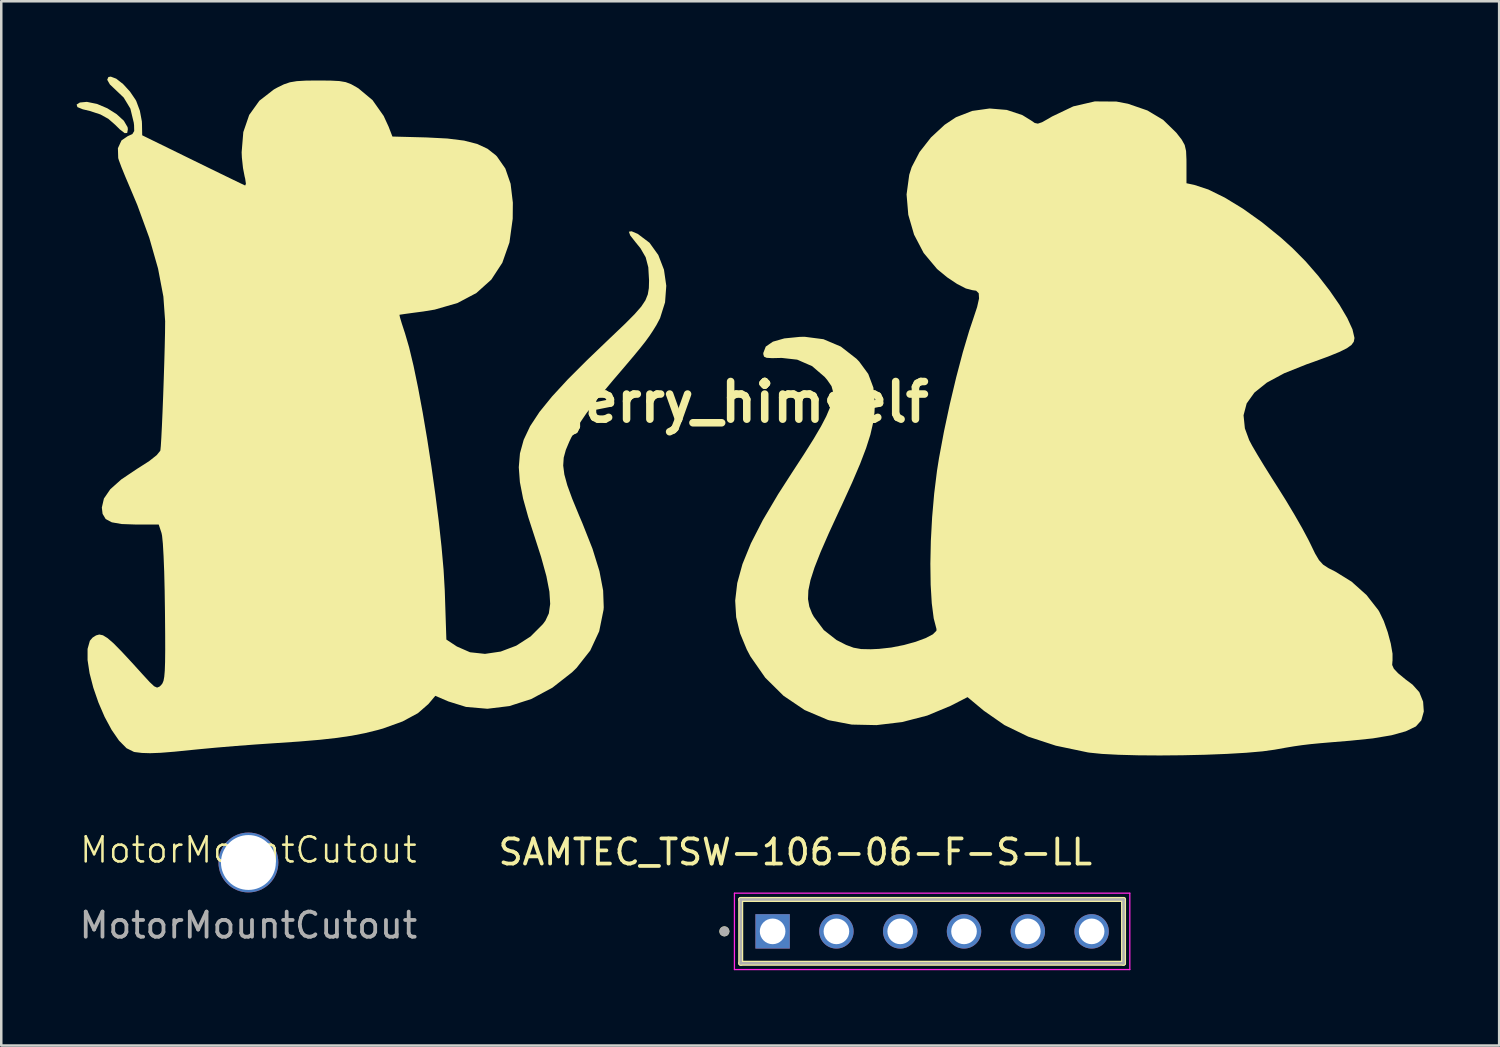
<source format=kicad_pcb>
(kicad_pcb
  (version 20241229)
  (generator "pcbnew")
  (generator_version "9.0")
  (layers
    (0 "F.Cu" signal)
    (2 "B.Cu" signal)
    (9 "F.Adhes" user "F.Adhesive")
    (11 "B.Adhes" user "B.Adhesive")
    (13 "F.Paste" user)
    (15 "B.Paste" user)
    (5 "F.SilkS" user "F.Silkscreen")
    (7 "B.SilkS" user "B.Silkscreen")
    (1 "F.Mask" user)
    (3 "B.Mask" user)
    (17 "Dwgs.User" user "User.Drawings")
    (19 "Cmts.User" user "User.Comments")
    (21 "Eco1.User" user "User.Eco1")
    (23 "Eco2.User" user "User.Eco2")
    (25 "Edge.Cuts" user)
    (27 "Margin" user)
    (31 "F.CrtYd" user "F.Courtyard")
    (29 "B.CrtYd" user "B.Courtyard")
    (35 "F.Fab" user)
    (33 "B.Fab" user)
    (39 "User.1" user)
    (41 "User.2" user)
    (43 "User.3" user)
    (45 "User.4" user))
  (footprint "MotorMountCutout"
    (layer "F.Cu")
    (at 6.839 31.286)
    (property "Reference" "MotorMountCutout" (at 0 -0.5 0) (unlocked yes) (layer "F.SilkS") (effects (font (size 1 1) (thickness 0.1))))
    (attr through_hole)
    (fp_text user "${REFERENCE}" (at 0 2.5 0) (unlocked yes) (layer "F.Fab") (effects (font (size 1 1) (thickness 0.15))))
    (pad "1" thru_hole circle (at 0 0) (size 2.384 2.384) (drill 2.184) (layers "*.Cu" "*.Mask")))
  (footprint "jerry_himself"
    (layer "F.Cu")
    (at 26.715 12.959)
    (property "Reference" "jerry_himself" (at 0 0 0) (layer "F.SilkS") (effects (font (size 1.5 1.5) (thickness 0.3))))
    (attr board_only exclude_from_pos_files exclude_from_bom)
    (fp_poly (pts (xy -26.297 -11.952) (xy -25.901 -11.871) (xy -25.493 -11.698) (xy -25.122 -11.464) (xy -24.836 -11.203) (xy -24.686 -10.947) (xy -24.674 -10.866) (xy -24.702 -10.715) (xy -24.801 -10.709) (xy -24.991 -10.854) (xy -25.177 -11.038) (xy -25.453 -11.279) (xy -25.768 -11.453) (xy -26.19 -11.591) (xy -26.47 -11.658) (xy -26.683 -11.745) (xy -26.715 -11.847) (xy -26.586 -11.928) (xy -26.318 -11.953)) (stroke (width 0) (type solid)) (fill yes) (layer "F.SilkS"))
    (fp_poly (pts (xy 14.681 -11.966) (xy 15.141 -11.878) (xy 15.914 -11.611) (xy 16.54 -11.237) (xy 17.062 -10.728) (xy 17.074 -10.713) (xy 17.279 -10.45) (xy 17.398 -10.236) (xy 17.453 -9.997) (xy 17.468 -9.658) (xy 17.469 -9.473) (xy 17.469 -8.714) (xy 17.78 -8.648) (xy 18.338 -8.465) (xy 18.994 -8.142) (xy 19.716 -7.702) (xy 20.471 -7.164) (xy 21.226 -6.551) (xy 21.698 -6.124) (xy 22.213 -5.603) (xy 22.709 -5.033) (xy 23.165 -4.446) (xy 23.56 -3.874) (xy 23.871 -3.347) (xy 24.077 -2.899) (xy 24.156 -2.56) (xy 24.156 -2.546) (xy 24.13 -2.406) (xy 24.037 -2.276) (xy 23.852 -2.144) (xy 23.551 -1.995) (xy 23.108 -1.815) (xy 22.501 -1.593) (xy 22.253 -1.506) (xy 21.361 -1.15) (xy 20.669 -0.777) (xy 20.173 -0.379) (xy 19.865 0.052) (xy 19.741 0.524) (xy 19.794 1.045) (xy 19.966 1.514) (xy 20.086 1.74) (xy 20.296 2.099) (xy 20.57 2.55) (xy 20.886 3.054) (xy 21.077 3.353) (xy 21.429 3.914) (xy 21.774 4.491) (xy 22.082 5.029) (xy 22.319 5.473) (xy 22.392 5.62) (xy 22.588 6.025) (xy 22.745 6.29) (xy 22.908 6.469) (xy 23.124 6.61) (xy 23.392 6.745) (xy 24.041 7.146) (xy 24.636 7.679) (xy 25.104 8.277) (xy 25.147 8.348) (xy 25.323 8.713) (xy 25.48 9.156) (xy 25.602 9.612) (xy 25.672 10.015) (xy 25.672 10.301) (xy 25.668 10.317) (xy 25.658 10.464) (xy 25.724 10.612) (xy 25.893 10.793) (xy 26.191 11.038) (xy 26.469 11.247) (xy 26.738 11.547) (xy 26.889 11.923) (xy 26.917 12.316) (xy 26.818 12.668) (xy 26.603 12.91) (xy 26.2 13.104) (xy 25.632 13.262) (xy 24.885 13.387) (xy 24 13.478) (xy 23.319 13.534) (xy 22.799 13.578) (xy 22.394 13.617) (xy 22.061 13.657) (xy 21.753 13.701) (xy 21.424 13.756) (xy 21.03 13.827) (xy 20.994 13.834) (xy 20.501 13.902) (xy 19.847 13.959) (xy 19.07 14.004) (xy 18.211 14.038) (xy 17.311 14.058) (xy 16.41 14.066) (xy 15.548 14.06) (xy 14.765 14.039) (xy 14.102 14.004) (xy 13.599 13.953) (xy 13.534 13.943) (xy 12.269 13.677) (xy 11.172 13.318) (xy 10.225 12.858) (xy 9.407 12.289) (xy 9.379 12.266) (xy 8.753 11.744) (xy 8.083 12.088) (xy 7.148 12.478) (xy 6.146 12.737) (xy 5.128 12.858) (xy 4.144 12.837) (xy 3.245 12.666) (xy 3.191 12.65) (xy 2.268 12.258) (xy 1.428 11.691) (xy 0.7 10.971) (xy 0.109 10.122) (xy -0.037 9.845) (xy -0.303 9.203) (xy -0.458 8.561) (xy -0.497 7.901) (xy -0.415 7.203) (xy -0.208 6.449) (xy 0.129 5.621) (xy 0.602 4.698) (xy 1.214 3.663) (xy 1.752 2.827) (xy 2.245 2.07) (xy 2.63 1.458) (xy 2.92 0.964) (xy 3.128 0.565) (xy 3.267 0.238) (xy 3.35 -0.044) (xy 3.375 -0.173) (xy 3.395 -0.429) (xy 3.338 -0.636) (xy 3.174 -0.873) (xy 3.069 -0.999) (xy 2.567 -1.432) (xy 1.972 -1.691) (xy 1.355 -1.76) (xy 0.973 -1.751) (xy 0.754 -1.764) (xy 0.652 -1.811) (xy 0.623 -1.904) (xy 0.622 -1.957) (xy 0.72 -2.211) (xy 1.004 -2.407) (xy 1.46 -2.537) (xy 2.075 -2.598) (xy 2.267 -2.602) (xy 3.017 -2.505) (xy 3.709 -2.212) (xy 4.33 -1.728) (xy 4.44 -1.614) (xy 4.8 -1.123) (xy 5.004 -0.58) (xy 5.065 0.062) (xy 5.048 0.415) (xy 4.991 0.836) (xy 4.884 1.299) (xy 4.715 1.83) (xy 4.476 2.457) (xy 4.157 3.204) (xy 3.748 4.101) (xy 3.653 4.302) (xy 3.232 5.215) (xy 2.903 5.968) (xy 2.661 6.584) (xy 2.5 7.086) (xy 2.416 7.497) (xy 2.402 7.841) (xy 2.454 8.14) (xy 2.564 8.417) (xy 2.634 8.544) (xy 3.031 9.074) (xy 3.538 9.471) (xy 3.919 9.666) (xy 4.215 9.776) (xy 4.518 9.83) (xy 4.903 9.838) (xy 5.226 9.823) (xy 5.72 9.769) (xy 6.219 9.67) (xy 6.687 9.541) (xy 7.084 9.394) (xy 7.373 9.243) (xy 7.514 9.101) (xy 7.517 9.035) (xy 7.406 8.607) (xy 7.329 8.008) (xy 7.285 7.273) (xy 7.273 6.435) (xy 7.292 5.528) (xy 7.343 4.586) (xy 7.425 3.643) (xy 7.537 2.733) (xy 7.617 2.229) (xy 7.815 1.168) (xy 8.048 0.078) (xy 8.302 -0.989) (xy 8.564 -1.982) (xy 8.822 -2.85) (xy 8.968 -3.283) (xy 9.134 -3.785) (xy 9.211 -4.127) (xy 9.198 -4.335) (xy 9.095 -4.436) (xy 8.943 -4.458) (xy 8.686 -4.525) (xy 8.337 -4.705) (xy 7.948 -4.964) (xy 7.575 -5.27) (xy 7.53 -5.312) (xy 7.006 -5.938) (xy 6.624 -6.668) (xy 6.394 -7.459) (xy 6.326 -8.268) (xy 6.432 -9.051) (xy 6.529 -9.356) (xy 6.84 -9.953) (xy 7.295 -10.535) (xy 7.839 -11.04) (xy 8.292 -11.341) (xy 8.939 -11.593) (xy 9.631 -11.69) (xy 10.315 -11.633) (xy 10.939 -11.425) (xy 11.288 -11.21) (xy 11.428 -11.113) (xy 11.553 -11.087) (xy 11.719 -11.143) (xy 11.984 -11.292) (xy 12.115 -11.37) (xy 12.962 -11.774) (xy 13.819 -11.972)) (stroke (width 0) (type solid)) (fill yes) (layer "F.SilkS"))
    (fp_poly (pts (xy -25.138 -12.877) (xy -24.866 -12.664) (xy -24.593 -12.367) (xy -24.367 -12.035) (xy -24.341 -11.987) (xy -24.197 -11.6) (xy -24.118 -11.18) (xy -24.113 -11.091) (xy -24.104 -10.623) (xy -22.098 -9.64) (xy -21.503 -9.349) (xy -20.97 -9.089) (xy -20.527 -8.874) (xy -20.204 -8.718) (xy -20.027 -8.634) (xy -20.005 -8.624) (xy -19.975 -8.69) (xy -20.004 -8.894) (xy -20.026 -8.981) (xy -20.091 -9.319) (xy -20.136 -9.737) (xy -20.145 -9.947) (xy -20.079 -10.75) (xy -19.844 -11.434) (xy -19.439 -11.999) (xy -18.864 -12.446) (xy -18.728 -12.522) (xy -18.465 -12.651) (xy -18.224 -12.733) (xy -17.948 -12.779) (xy -17.577 -12.8) (xy -17.098 -12.804) (xy -16.6 -12.8) (xy -16.253 -12.782) (xy -16.001 -12.739) (xy -15.79 -12.659) (xy -15.563 -12.532) (xy -15.493 -12.489) (xy -14.935 -12.024) (xy -14.492 -11.395) (xy -14.293 -10.963) (xy -14.143 -10.573) (xy -12.799 -10.538) (xy -11.958 -10.495) (xy -11.291 -10.412) (xy -10.768 -10.278) (xy -10.358 -10.087) (xy -10.03 -9.83) (xy -9.981 -9.78) (xy -9.648 -9.301) (xy -9.438 -8.694) (xy -9.348 -7.942) (xy -9.354 -7.3) (xy -9.484 -6.355) (xy -9.768 -5.547) (xy -10.206 -4.877) (xy -10.8 -4.344) (xy -11.551 -3.946) (xy -12.459 -3.683) (xy -12.918 -3.608) (xy -13.328 -3.554) (xy -13.65 -3.51) (xy -13.836 -3.482) (xy -13.863 -3.476) (xy -13.843 -3.379) (xy -13.771 -3.136) (xy -13.66 -2.796) (xy -13.642 -2.742) (xy -13.478 -2.18) (xy -13.302 -1.446) (xy -13.121 -0.571) (xy -12.938 0.411) (xy -12.759 1.466) (xy -12.59 2.562) (xy -12.435 3.664) (xy -12.299 4.739) (xy -12.188 5.755) (xy -12.106 6.677) (xy -12.06 7.473) (xy -12.057 7.551) (xy -11.995 9.452) (xy -11.577 9.728) (xy -11.052 9.958) (xy -10.457 10.022) (xy -9.832 9.93) (xy -9.214 9.696) (xy -8.642 9.329) (xy -8.155 8.84) (xy -8.053 8.703) (xy -7.916 8.412) (xy -7.862 8.032) (xy -7.893 7.544) (xy -8.013 6.927) (xy -8.224 6.163) (xy -8.464 5.416) (xy -8.736 4.577) (xy -8.94 3.842) (xy -9.068 3.187) (xy -9.112 2.593) (xy -9.065 2.038) (xy -8.917 1.5) (xy -8.661 0.958) (xy -8.288 0.391) (xy -7.79 -0.223) (xy -7.16 -0.906) (xy -6.389 -1.677) (xy -5.468 -2.56) (xy -5.379 -2.644) (xy -4.871 -3.129) (xy -4.498 -3.505) (xy -4.237 -3.803) (xy -4.07 -4.055) (xy -3.976 -4.289) (xy -3.934 -4.537) (xy -3.926 -4.83) (xy -3.926 -4.846) (xy -3.956 -5.368) (xy -4.061 -5.768) (xy -4.269 -6.127) (xy -4.465 -6.368) (xy -4.677 -6.639) (xy -4.729 -6.785) (xy -4.621 -6.802) (xy -4.376 -6.698) (xy -3.909 -6.346) (xy -3.558 -5.857) (xy -3.332 -5.272) (xy -3.24 -4.631) (xy -3.289 -3.973) (xy -3.489 -3.339) (xy -3.63 -3.072) (xy -3.769 -2.847) (xy -3.906 -2.64) (xy -4.064 -2.423) (xy -4.266 -2.166) (xy -4.534 -1.841) (xy -4.891 -1.418) (xy -5.36 -0.87) (xy -5.391 -0.833) (xy -5.967 -0.143) (xy -6.415 0.438) (xy -6.758 0.943) (xy -7.019 1.402) (xy -7.098 1.566) (xy -7.239 1.901) (xy -7.323 2.209) (xy -7.344 2.525) (xy -7.298 2.881) (xy -7.18 3.312) (xy -6.983 3.851) (xy -6.703 4.531) (xy -6.585 4.807) (xy -6.177 5.838) (xy -5.901 6.729) (xy -5.754 7.5) (xy -5.73 8.166) (xy -5.738 8.269) (xy -5.911 9.123) (xy -6.267 9.889) (xy -6.815 10.584) (xy -6.994 10.758) (xy -7.775 11.369) (xy -8.615 11.819) (xy -9.486 12.1) (xy -10.361 12.207) (xy -11.212 12.134) (xy -11.916 11.915) (xy -12.435 11.692) (xy -12.711 12.02) (xy -13.13 12.384) (xy -13.738 12.712) (xy -14.517 12.993) (xy -14.741 13.056) (xy -15.239 13.178) (xy -15.763 13.28) (xy -16.348 13.366) (xy -17.03 13.442) (xy -17.847 13.511) (xy -18.834 13.578) (xy -18.869 13.58) (xy -19.603 13.63) (xy -20.399 13.69) (xy -21.179 13.756) (xy -21.864 13.82) (xy -22.104 13.844) (xy -22.82 13.916) (xy -23.368 13.96) (xy -23.787 13.976) (xy -24.115 13.966) (xy -24.389 13.932) (xy -24.433 13.924) (xy -24.727 13.778) (xy -25.027 13.474) (xy -25.322 13.046) (xy -25.6 12.53) (xy -25.846 11.96) (xy -26.05 11.369) (xy -26.199 10.793) (xy -26.279 10.267) (xy -26.279 9.824) (xy -26.187 9.499) (xy -26.078 9.373) (xy -25.942 9.287) (xy -25.812 9.251) (xy -25.666 9.282) (xy -25.484 9.394) (xy -25.244 9.602) (xy -24.927 9.924) (xy -24.51 10.373) (xy -24.079 10.848) (xy -23.804 11.147) (xy -23.628 11.312) (xy -23.512 11.364) (xy -23.418 11.327) (xy -23.353 11.268) (xy -23.299 11.198) (xy -23.256 11.095) (xy -23.226 10.934) (xy -23.205 10.692) (xy -23.193 10.342) (xy -23.188 9.862) (xy -23.19 9.225) (xy -23.197 8.409) (xy -23.198 8.316) (xy -23.21 7.492) (xy -23.228 6.754) (xy -23.253 6.128) (xy -23.281 5.641) (xy -23.313 5.318) (xy -23.335 5.21) (xy -23.446 4.873) (xy -24.348 4.873) (xy -24.919 4.853) (xy -25.313 4.785) (xy -25.558 4.654) (xy -25.681 4.448) (xy -25.711 4.197) (xy -25.628 3.838) (xy -25.374 3.468) (xy -24.937 3.078) (xy -24.309 2.656) (xy -24.244 2.616) (xy -23.82 2.343) (xy -23.525 2.109) (xy -23.386 1.937) (xy -23.38 1.918) (xy -23.363 1.749) (xy -23.342 1.408) (xy -23.318 0.932) (xy -23.293 0.356) (xy -23.268 -0.284) (xy -23.245 -0.952) (xy -23.224 -1.613) (xy -23.207 -2.23) (xy -23.195 -2.767) (xy -23.191 -3.189) (xy -23.19 -3.214) (xy -23.261 -4.202) (xy -23.473 -5.317) (xy -23.821 -6.539) (xy -24.3 -7.85) (xy -24.596 -8.553) (xy -24.778 -8.98) (xy -24.932 -9.358) (xy -25.033 -9.631) (xy -25.059 -9.717) (xy -25.071 -10.109) (xy -24.929 -10.418) (xy -24.681 -10.588) (xy -24.496 -10.671) (xy -24.422 -10.793) (xy -24.428 -11.025) (xy -24.44 -11.125) (xy -24.575 -11.685) (xy -24.841 -12.125) (xy -25.141 -12.411) (xy -25.391 -12.648) (xy -25.497 -12.834) (xy -25.45 -12.942) (xy -25.356 -12.959)) (stroke (width 0) (type solid)) (fill yes) (layer "F.SilkS")))
  (footprint "SAMTEC_TSW-106-06-F-S-LL"
    (layer "F.Cu")
    (at 27.708 34.028)
    (property "Reference" "SAMTEC_TSW-106-06-F-S-LL" (at 0.905 -3.155 0) (layer "F.SilkS") (effects (font (size 1 1) (thickness 0.15))))
    (attr through_hole)
    (fp_line (start -1.27 1.27) (end -1.27 -1.27) (stroke (width 0.2) (type solid)) (layer "F.SilkS"))
    (fp_line (start 13.97 -1.27) (end -1.27 -1.27) (stroke (width 0.2) (type solid)) (layer "F.SilkS"))
    (fp_line (start 13.97 -1.27) (end 13.97 1.27) (stroke (width 0.2) (type solid)) (layer "F.SilkS"))
    (fp_line (start 13.97 1.27) (end -1.27 1.27) (stroke (width 0.2) (type solid)) (layer "F.SilkS"))
    (fp_circle (center -1.92 0) (end -1.82 0) (stroke (width 0.2) (type solid)) (fill no) (layer "F.SilkS"))
    (fp_line (start -1.52 -1.52) (end 14.22 -1.52) (stroke (width 0.05) (type solid)) (layer "F.CrtYd"))
    (fp_line (start -1.52 1.52) (end -1.52 -1.52) (stroke (width 0.05) (type solid)) (layer "F.CrtYd"))
    (fp_line (start 14.22 -1.52) (end 14.22 1.52) (stroke (width 0.05) (type solid)) (layer "F.CrtYd"))
    (fp_line (start 14.22 1.52) (end -1.52 1.52) (stroke (width 0.05) (type solid)) (layer "F.CrtYd"))
    (fp_line (start -1.27 -1.27) (end 13.97 -1.27) (stroke (width 0.1) (type solid)) (layer "F.Fab"))
    (fp_line (start -1.27 1.27) (end -1.27 -1.27) (stroke (width 0.1) (type solid)) (layer "F.Fab"))
    (fp_line (start 13.97 -1.27) (end 13.97 1.27) (stroke (width 0.1) (type solid)) (layer "F.Fab"))
    (fp_line (start 13.97 1.27) (end -1.27 1.27) (stroke (width 0.1) (type solid)) (layer "F.Fab"))
    (fp_circle (center -1.92 0) (end -1.82 0) (stroke (width 0.2) (type solid)) (fill no) (layer "F.Fab"))
    (pad "01" thru_hole rect (at 0 0) (size 1.37 1.37) (drill 1.02) (layers "*.Cu" "*.Mask"))
    (pad "02" thru_hole circle (at 2.54 0) (size 1.37 1.37) (drill 1.02) (layers "*.Cu" "*.Mask"))
    (pad "03" thru_hole circle (at 5.08 0) (size 1.37 1.37) (drill 1.02) (layers "*.Cu" "*.Mask"))
    (pad "04" thru_hole circle (at 7.62 0) (size 1.37 1.37) (drill 1.02) (layers "*.Cu" "*.Mask"))
    (pad "05" thru_hole circle (at 10.16 0) (size 1.37 1.37) (drill 1.02) (layers "*.Cu" "*.Mask"))
    (pad "06" thru_hole circle (at 12.7 0) (size 1.37 1.37) (drill 1.02) (layers "*.Cu" "*.Mask")))
  (gr_rect
    (start -3 -3)
    (end 56.632 38.573)
    (stroke (width 0.1) (type default))
    (fill no)
    (layer "Edge.Cuts")))
</source>
